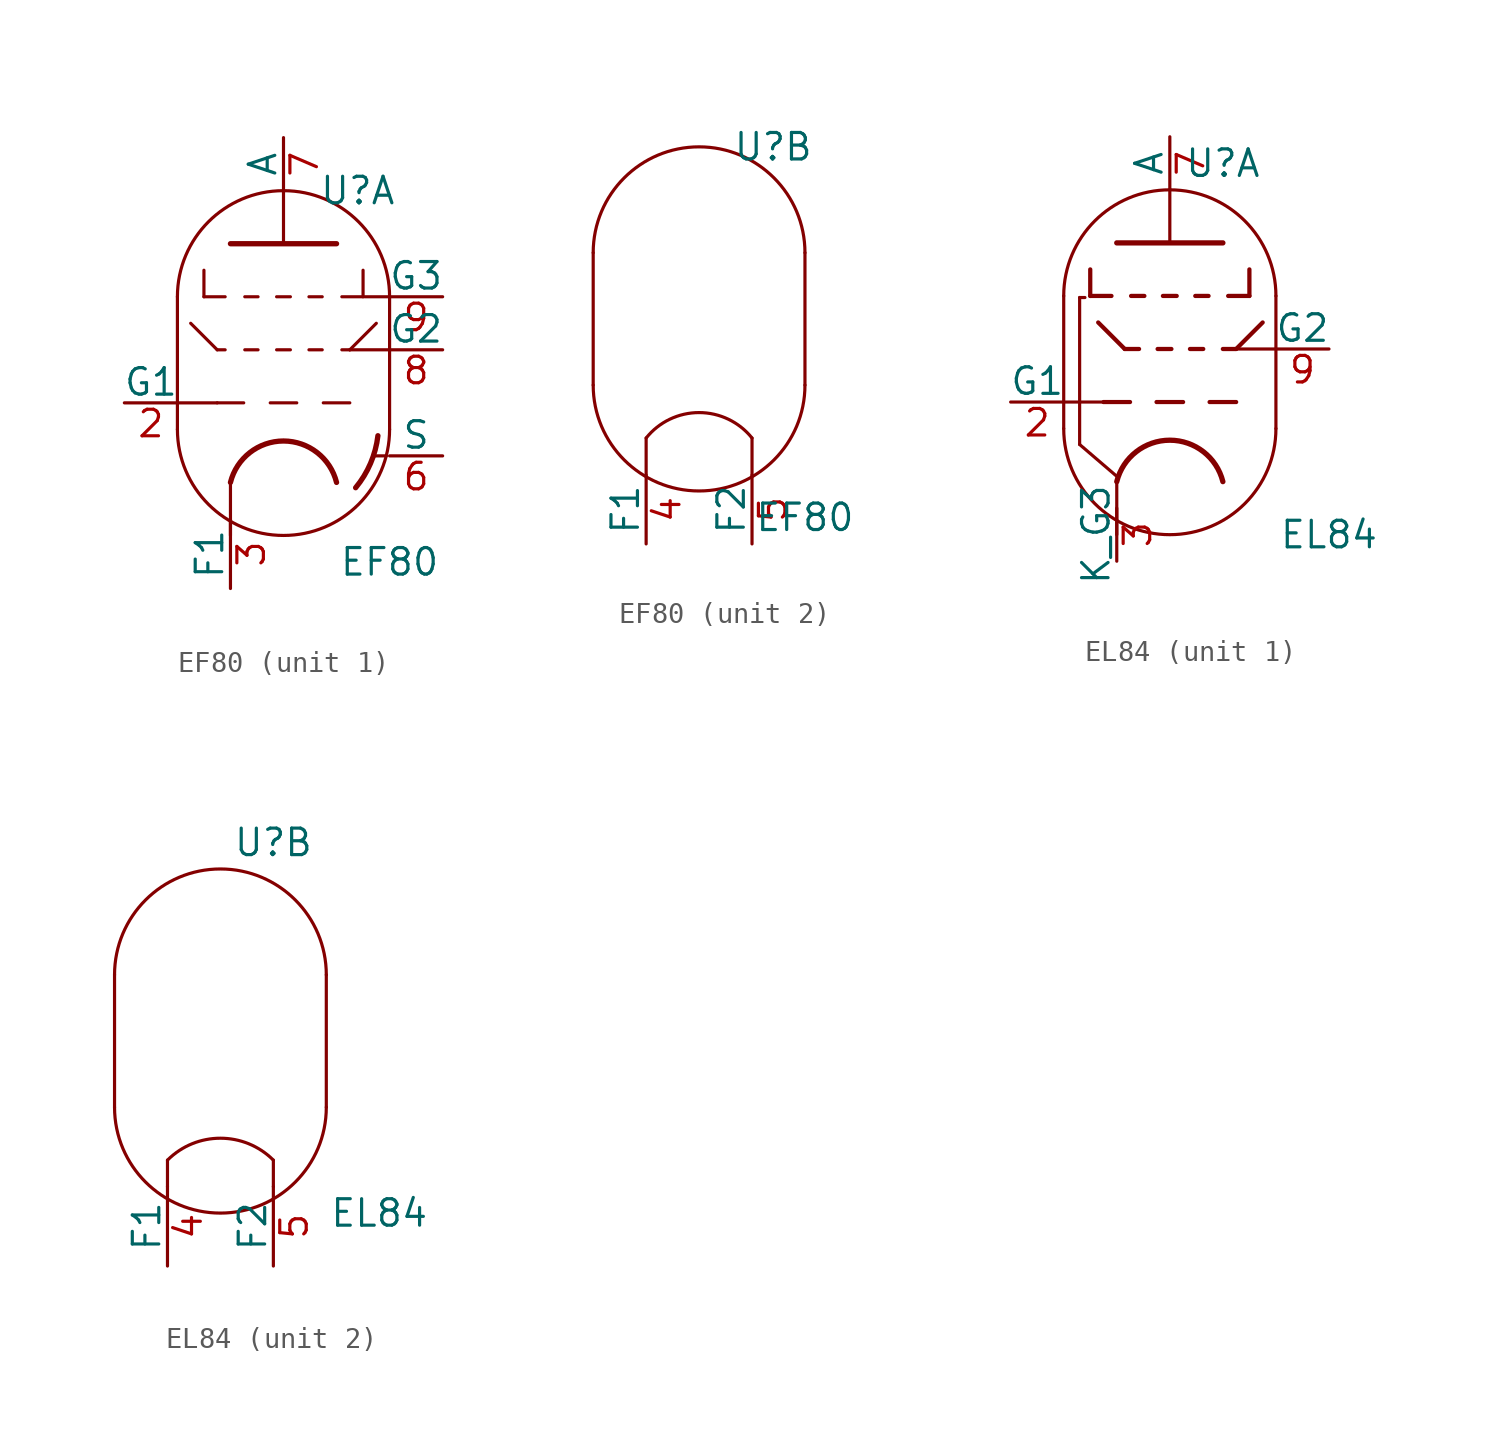
<source format=kicad_sym>
(kicad_symbol_lib
  (version 20211014)
  (generator kicad_symbol_editor)
  (symbol "EF80"
    (pin_names
      (offset 0))
    (property "Reference" "U"
      (at 3.556 8.89 0)
      (effects (font (size 1.27 1.27))))
    (property "Value" "EF80"
      (at 5.08 -8.89 0)
      (effects (font (size 1.27 1.27))))
    (property "ki_locked" ""
      (at 0 0 0)
      (effects (font (size 1.27 1.27))))
    (symbol "EF80_0_1"
      (arc (start -5.08 -2.54) (mid 0 -7.62) (end 5.08 -2.54) (stroke (width 0) (type default) (color 0 0 0 0)) (fill (type none)))
      (polyline (pts (xy -5.08 3.81) (xy -5.08 -2.54) (xy -5.08 -2.54)) (stroke (width 0) (type default) (color 0 0 0 0)) (fill (type none)))
      (polyline (pts (xy 5.08 -2.54) (xy 5.08 3.81) (xy 5.08 3.81)) (stroke (width 0) (type default) (color 0 0 0 0)) (fill (type none)))
      (arc (start 5.08 3.81) (mid 0 8.89) (end -5.08 3.81) (stroke (width 0) (type default) (color 0 0 0 0)) (fill (type none))))
    (symbol "EF80_1_0"
      (polyline (pts (xy -5.08 -1.27) (xy -3.175 -1.27)) (stroke (width 0) (type default) (color 0 0 0 0)) (fill (type none)))
      (polyline (pts (xy -2.54 -5.08) (xy -2.54 -7.62)) (stroke (width 0) (type default) (color 0 0 0 0)) (fill (type none)))
      (polyline (pts (xy -0.635 -1.27) (xy 0.635 -1.27)) (stroke (width 0.152) (type default) (color 0 0 0 0)) (fill (type none)))
      (polyline (pts (xy 0 6.35) (xy 0 8.89)) (stroke (width 0) (type default) (color 0 0 0 0)) (fill (type none)))
      (polyline (pts (xy 1.905 -1.27) (xy 3.175 -1.27)) (stroke (width 0.152) (type default) (color 0 0 0 0)) (fill (type none)))
      (polyline (pts (xy 3.175 1.27) (xy 5.08 1.27)) (stroke (width 0) (type default) (color 0 0 0 0)) (fill (type none)))
      (polyline (pts (xy 3.886 3.81) (xy 5.08 3.81)) (stroke (width 0) (type default) (color 0 0 0 0)) (fill (type none)))
      (polyline (pts (xy 4.318 -3.785) (xy 4.343 -3.81)) (stroke (width 0) (type default) (color 0 0 0 0)) (fill (type none)))
      (polyline (pts (xy 4.928 -3.81) (xy 4.343 -3.81)) (stroke (width 0) (type default) (color 0 0 0 0)) (fill (type none))))
    (symbol "EF80_1_1"
      (polyline (pts (xy -4.445 2.54) (xy -3.175 1.27)) (stroke (width 0.152) (type default) (color 0 0 0 0)) (fill (type none)))
      (polyline (pts (xy -3.81 3.81) (xy -2.794 3.81)) (stroke (width 0.152) (type default) (color 0 0 0 0)) (fill (type none)))
      (polyline (pts (xy -3.81 5.08) (xy -3.81 3.81)) (stroke (width 0.152) (type default) (color 0 0 0 0)) (fill (type none)))
      (polyline (pts (xy -3.175 1.27) (xy -2.794 1.27)) (stroke (width 0.152) (type default) (color 0 0 0 0)) (fill (type none)))
      (polyline (pts (xy -1.905 -1.27) (xy -3.175 -1.27)) (stroke (width 0.152) (type default) (color 0 0 0 0)) (fill (type none)))
      (polyline (pts (xy -1.854 1.27) (xy -1.219 1.27)) (stroke (width 0.152) (type default) (color 0 0 0 0)) (fill (type none)))
      (polyline (pts (xy -1.854 3.81) (xy -1.219 3.81)) (stroke (width 0.152) (type default) (color 0 0 0 0)) (fill (type none)))
      (polyline (pts (xy -0.33 1.27) (xy 0.33 1.27)) (stroke (width 0.152) (type default) (color 0 0 0 0)) (fill (type none)))
      (polyline (pts (xy -0.33 3.81) (xy 0.33 3.81)) (stroke (width 0.152) (type default) (color 0 0 0 0)) (fill (type none)))
      (polyline (pts (xy 1.219 1.27) (xy 1.854 1.27)) (stroke (width 0.152) (type default) (color 0 0 0 0)) (fill (type none)))
      (polyline (pts (xy 1.219 3.81) (xy 1.854 3.81)) (stroke (width 0.152) (type default) (color 0 0 0 0)) (fill (type none)))
      (polyline (pts (xy 2.794 1.27) (xy 3.175 1.27)) (stroke (width 0.152) (type default) (color 0 0 0 0)) (fill (type none)))
      (polyline (pts (xy 3.81 3.81) (xy 2.794 3.81)) (stroke (width 0.152) (type default) (color 0 0 0 0)) (fill (type none)))
      (polyline (pts (xy 3.81 5.08) (xy 3.81 3.81)) (stroke (width 0.152) (type default) (color 0 0 0 0)) (fill (type none)))
      (polyline (pts (xy 4.445 2.54) (xy 3.175 1.27)) (stroke (width 0.152) (type default) (color 0 0 0 0)) (fill (type none)))
      (polyline (pts (xy -2.54 6.35) (xy 2.54 6.35) (xy 2.54 6.35)) (stroke (width 0.254) (type default) (color 0 0 0 0)) (fill (type none)))
      (arc (start 2.54 -5.08) (mid 0 -3.0968) (end -2.54 -5.08) (stroke (width 0.254) (type default) (color 0 0 0 0)) (fill (type none)))
      (arc (start 3.4544 -5.334) (mid 4.168 -4.168) (end 4.5212 -2.8448) (stroke (width 0.254) (type default) (color 0 0 0 0)) (fill (type none)))
      (pin input line (at -7.62 -1.27 0) (length 2.54) (name "G1" (effects (font (size 1.27 1.27)))) (number "2" (effects (font (size 1.27 1.27)))))
      (pin power_in line (at -2.54 -10.16 90) (length 3.302) (name "F1" (effects (font (size 1.27 1.27)))) (number "3" (effects (font (size 1.27 1.27)))))
      (pin input line (at 7.62 -3.81 180) (length 2.54) (name "S" (effects (font (size 1.27 1.27)))) (number "6" (effects (font (size 1.27 1.27)))))
      (pin output line (at 0 11.43 270) (length 2.54) (name "A" (effects (font (size 1.27 1.27)))) (number "7" (effects (font (size 1.27 1.27)))))
      (pin input line (at 7.62 1.27 180) (length 2.54) (name "G2" (effects (font (size 1.27 1.27)))) (number "8" (effects (font (size 1.27 1.27)))))
      (pin input line (at 7.62 3.81 180) (length 2.54) (name "G3" (effects (font (size 1.27 1.27)))) (number "9" (effects (font (size 1.27 1.27))))))
    (symbol "EF80_2_1"
      (polyline (pts (xy -2.54 -6.858) (xy -2.54 -5.08) (xy -2.54 -5.08)) (stroke (width 0) (type default) (color 0 0 0 0)) (fill (type none)))
      (polyline (pts (xy 2.54 -6.858) (xy 2.54 -5.08) (xy 2.54 -5.08)) (stroke (width 0) (type default) (color 0 0 0 0)) (fill (type none)))
      (arc (start 2.54 -5.08) (mid 0 -3.8592) (end -2.54 -5.08) (stroke (width 0) (type default) (color 0 0 0 0)) (fill (type none)))
      (pin power_in line (at -2.54 -10.16 90) (length 3.302) (name "F1" (effects (font (size 1.27 1.27)))) (number "4" (effects (font (size 1.27 1.27)))))
      (pin power_in line (at 2.54 -10.16 90) (length 3.302) (name "F2" (effects (font (size 1.27 1.27)))) (number "5" (effects (font (size 1.27 1.27)))))))
  (symbol "EL84"
    (pin_names
      (offset 0))
    (property "Reference" "U"
      (at 2.54 10.16 0)
      (effects (font (size 1.27 1.27))))
    (property "Value" "EL84"
      (at 7.62 -7.62 0)
      (effects (font (size 1.27 1.27))))
    (property "ki_locked" ""
      (at 0 0 0)
      (effects (font (size 1.27 1.27))))
    (symbol "EL84_0_1"
      (arc (start -5.08 -2.54) (mid 0 -7.62) (end 5.08 -2.54) (stroke (width 0) (type default) (color 0 0 0 0)) (fill (type none)))
      (polyline (pts (xy -5.08 3.81) (xy -5.08 -2.54) (xy -5.08 -2.54)) (stroke (width 0) (type default) (color 0 0 0 0)) (fill (type none)))
      (polyline (pts (xy 5.08 -2.54) (xy 5.08 3.81) (xy 5.08 3.81)) (stroke (width 0) (type default) (color 0 0 0 0)) (fill (type none)))
      (arc (start 5.08 3.81) (mid 0 8.89) (end -5.08 3.81) (stroke (width 0) (type default) (color 0 0 0 0)) (fill (type none))))
    (symbol "EL84_1_0"
      (polyline (pts (xy -2.54 -5.08) (xy -2.54 -7.62)) (stroke (width 0) (type default) (color 0 0 0 0)) (fill (type none))))
    (symbol "EL84_1_1"
      (polyline (pts (xy -5.08 -1.27) (xy -3.175 -1.27)) (stroke (width 0) (type default) (color 0 0 0 0)) (fill (type none)))
      (polyline (pts (xy -4.318 -3.302) (xy -4.318 3.734)) (stroke (width 0) (type default) (color 0 0 0 0)) (fill (type none)))
      (polyline (pts (xy -4.318 -3.302) (xy -2.54 -4.826)) (stroke (width 0) (type default) (color 0 0 0 0)) (fill (type none)))
      (polyline (pts (xy -4.064 3.734) (xy -4.318 3.734)) (stroke (width 0) (type default) (color 0 0 0 0)) (fill (type none)))
      (polyline (pts (xy -3.81 3.81) (xy -2.794 3.81)) (stroke (width 0.203) (type default) (color 0 0 0 0)) (fill (type none)))
      (polyline (pts (xy -3.81 5.08) (xy -3.81 3.81)) (stroke (width 0.203) (type default) (color 0 0 0 0)) (fill (type none)))
      (polyline (pts (xy -3.429 2.54) (xy -2.159 1.27)) (stroke (width 0.203) (type default) (color 0 0 0 0)) (fill (type none)))
      (polyline (pts (xy -2.159 1.27) (xy -1.473 1.27)) (stroke (width 0.203) (type default) (color 0 0 0 0)) (fill (type none)))
      (polyline (pts (xy -1.905 -1.27) (xy -3.175 -1.27)) (stroke (width 0.203) (type default) (color 0 0 0 0)) (fill (type none)))
      (polyline (pts (xy -1.854 3.81) (xy -1.219 3.81)) (stroke (width 0.203) (type default) (color 0 0 0 0)) (fill (type none)))
      (polyline (pts (xy -0.635 -1.27) (xy 0.635 -1.27)) (stroke (width 0.203) (type default) (color 0 0 0 0)) (fill (type none)))
      (polyline (pts (xy -0.584 1.27) (xy 0.076 1.27)) (stroke (width 0.203) (type default) (color 0 0 0 0)) (fill (type none)))
      (polyline (pts (xy -0.33 3.81) (xy 0.33 3.81)) (stroke (width 0.203) (type default) (color 0 0 0 0)) (fill (type none)))
      (polyline (pts (xy 0 6.35) (xy 0 8.89)) (stroke (width 0) (type default) (color 0 0 0 0)) (fill (type none)))
      (polyline (pts (xy 0.965 1.27) (xy 1.6 1.27)) (stroke (width 0.203) (type default) (color 0 0 0 0)) (fill (type none)))
      (polyline (pts (xy 1.219 3.81) (xy 1.854 3.81)) (stroke (width 0.203) (type default) (color 0 0 0 0)) (fill (type none)))
      (polyline (pts (xy 1.905 -1.27) (xy 3.175 -1.27)) (stroke (width 0.203) (type default) (color 0 0 0 0)) (fill (type none)))
      (polyline (pts (xy 2.54 1.27) (xy 3.175 1.27)) (stroke (width 0.203) (type default) (color 0 0 0 0)) (fill (type none)))
      (polyline (pts (xy 3.175 1.27) (xy 5.08 1.27)) (stroke (width 0) (type default) (color 0 0 0 0)) (fill (type none)))
      (polyline (pts (xy 3.81 3.81) (xy 2.794 3.81)) (stroke (width 0.203) (type default) (color 0 0 0 0)) (fill (type none)))
      (polyline (pts (xy 3.81 5.08) (xy 3.81 3.81)) (stroke (width 0.203) (type default) (color 0 0 0 0)) (fill (type none)))
      (polyline (pts (xy 4.445 2.54) (xy 3.175 1.27)) (stroke (width 0.203) (type default) (color 0 0 0 0)) (fill (type none)))
      (polyline (pts (xy -2.54 6.35) (xy 2.54 6.35) (xy 2.54 6.35)) (stroke (width 0.254) (type default) (color 0 0 0 0)) (fill (type none)))
      (arc (start 2.54 -5.08) (mid 0 -3.0968) (end -2.54 -5.08) (stroke (width 0.254) (type default) (color 0 0 0 0)) (fill (type none)))
      (pin input line (at -7.62 -1.27 0) (length 2.54) (name "G1" (effects (font (size 1.27 1.27)))) (number "2" (effects (font (size 1.27 1.27)))))
      (pin bidirectional line (at -2.54 -8.89 90) (length 2.54) (name "K_G3" (effects (font (size 1.27 1.27)))) (number "3" (effects (font (size 1.27 1.27)))))
      (pin output line (at 0 11.43 270) (length 2.54) (name "A" (effects (font (size 1.27 1.27)))) (number "7" (effects (font (size 1.27 1.27)))))
      (pin input line (at 7.62 1.27 180) (length 2.54) (name "G2" (effects (font (size 1.27 1.27)))) (number "9" (effects (font (size 1.27 1.27))))))
    (symbol "EL84_2_1"
      (polyline (pts (xy -2.54 -5.08) (xy -2.54 -6.35) (xy -2.54 -6.35)) (stroke (width 0) (type default) (color 0 0 0 0)) (fill (type none)))
      (polyline (pts (xy 2.54 -6.35) (xy 2.54 -5.08) (xy 2.54 -5.08)) (stroke (width 0) (type default) (color 0 0 0 0)) (fill (type none)))
      (arc (start 2.54 -5.08) (mid 0 -4.0279) (end -2.54 -5.08) (stroke (width 0) (type default) (color 0 0 0 0)) (fill (type none)))
      (pin power_in line (at -2.54 -10.16 90) (length 3.81) (name "F1" (effects (font (size 1.27 1.27)))) (number "4" (effects (font (size 1.27 1.27)))))
      (pin power_in line (at 2.54 -10.16 90) (length 3.81) (name "F2" (effects (font (size 1.27 1.27)))) (number "5" (effects (font (size 1.27 1.27))))))))
</source>
